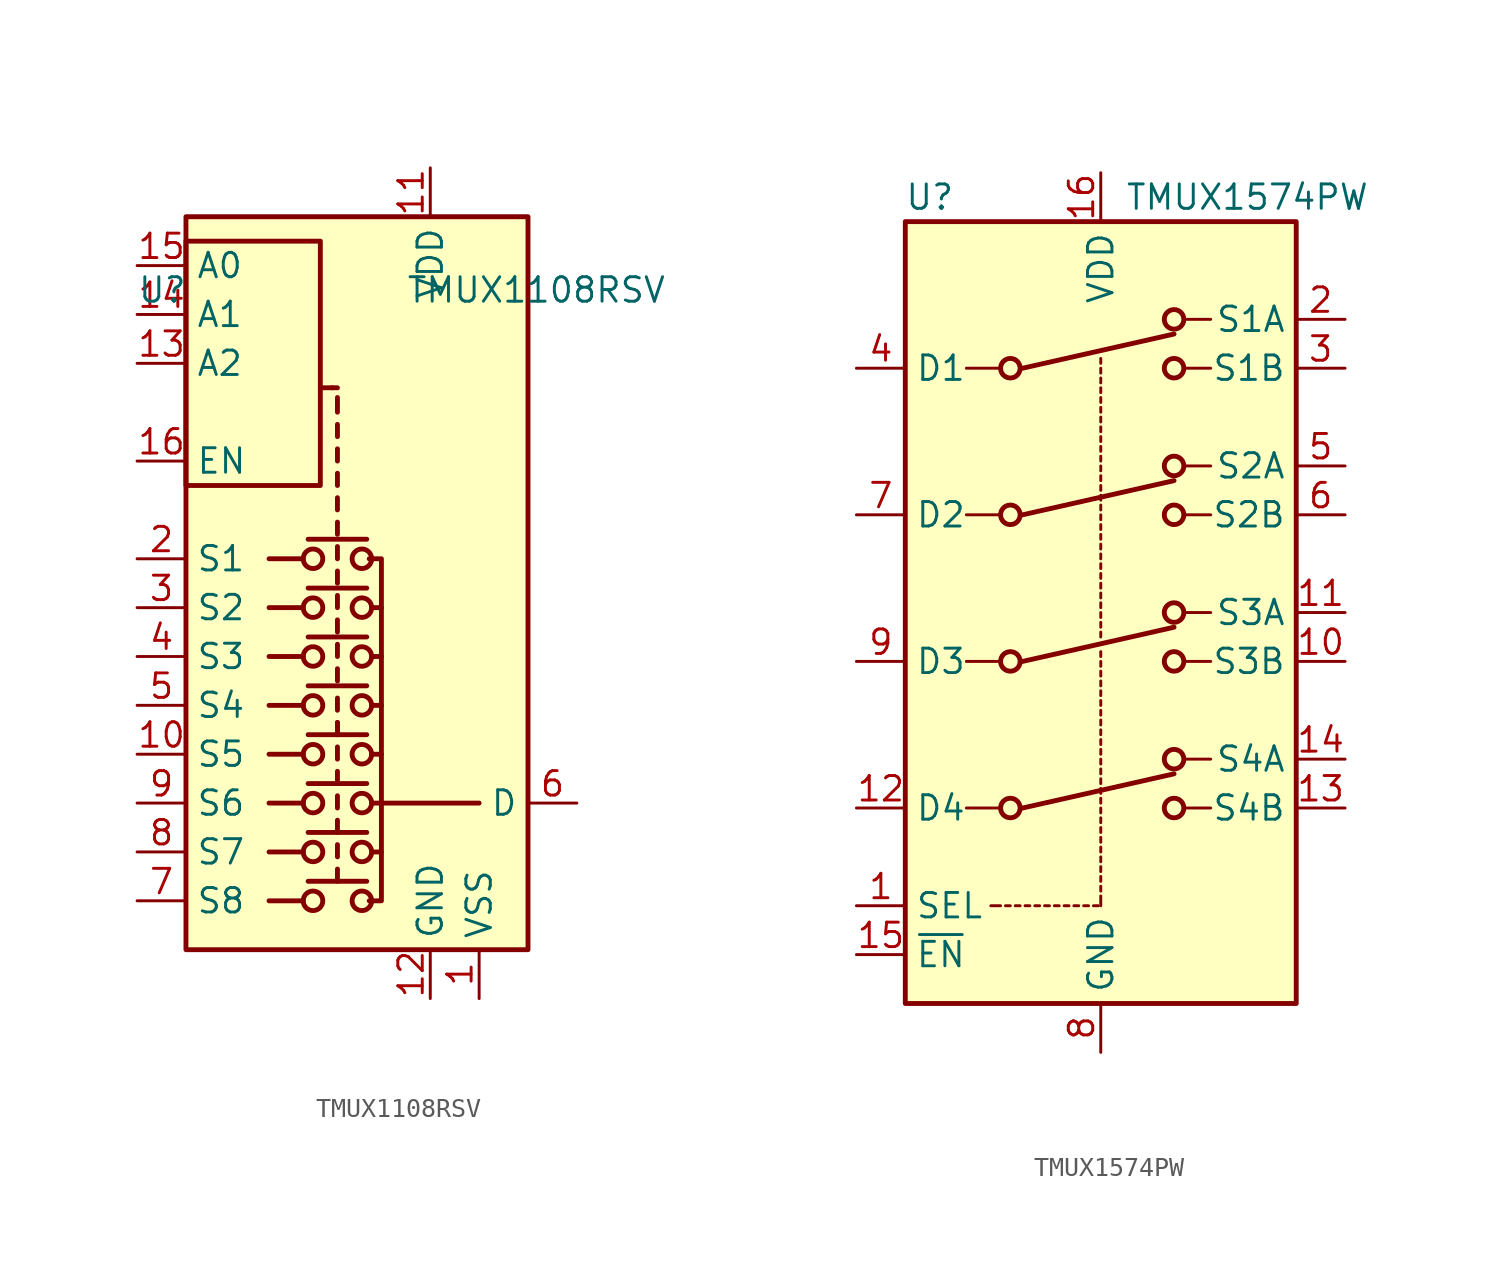
<source format=kicad_sym>
(kicad_symbol_lib
  (version 20241209)
  (generator "kicad_symbol_editor")
  (generator_version "9.0")
  (symbol "TMUX1108RSV"
    (property "Reference" "U"
      (at -10.16 16.51 0)
      (effects (font (size 1.27 1.27)) (justify left)))
    (property "Value" "TMUX1108RSV"
      (at 3.81 16.51 0)
      (effects (font (size 1.27 1.27)) (justify left)))
    (symbol "TMUX1108RSV_0_1"
      (rectangle (start -7.62 20.32) (end 10.16 -17.78) (stroke (width 0.254) (type default)) (fill (type background)))
      (rectangle (start -7.62 6.35) (end -0.635 19.05) (stroke (width 0.254) (type default)) (fill (type none)))
      (polyline (pts (xy -1.524 2.54) (xy -3.302 2.54)) (stroke (width 0.254) (type default)) (fill (type none)))
      (polyline (pts (xy -1.524 0) (xy -3.302 0)) (stroke (width 0.254) (type default)) (fill (type none)))
      (polyline (pts (xy -1.524 -2.54) (xy -3.302 -2.54)) (stroke (width 0.254) (type default)) (fill (type none)))
      (polyline (pts (xy -1.524 -5.08) (xy -3.302 -5.08)) (stroke (width 0.254) (type default)) (fill (type none)))
      (polyline (pts (xy -1.524 -7.62) (xy -3.302 -7.62)) (stroke (width 0.254) (type default)) (fill (type none)))
      (polyline (pts (xy -1.524 -10.16) (xy -3.302 -10.16)) (stroke (width 0.254) (type default)) (fill (type none)))
      (polyline (pts (xy -1.524 -12.7) (xy -3.302 -12.7)) (stroke (width 0.254) (type default)) (fill (type none)))
      (polyline (pts (xy -1.524 -15.24) (xy -3.302 -15.24)) (stroke (width 0.254) (type default)) (fill (type none)))
      (polyline (pts (xy -1.27 3.556) (xy 1.778 3.556)) (stroke (width 0.254) (type default)) (fill (type none)))
      (polyline (pts (xy -1.27 1.016) (xy 1.778 1.016)) (stroke (width 0.254) (type default)) (fill (type none)))
      (polyline (pts (xy -1.27 -1.524) (xy 1.778 -1.524)) (stroke (width 0.254) (type default)) (fill (type none)))
      (polyline (pts (xy -1.27 -4.064) (xy 1.778 -4.064)) (stroke (width 0.254) (type default)) (fill (type none)))
      (polyline (pts (xy -1.27 -6.604) (xy 1.778 -6.604)) (stroke (width 0.254) (type default)) (fill (type none)))
      (polyline (pts (xy -1.27 -9.144) (xy 1.778 -9.144)) (stroke (width 0.254) (type default)) (fill (type none)))
      (polyline (pts (xy -1.27 -11.684) (xy 1.778 -11.684)) (stroke (width 0.254) (type default)) (fill (type none)))
      (polyline (pts (xy -1.27 -14.224) (xy 1.778 -14.224)) (stroke (width 0.254) (type default)) (fill (type none)))
      (circle (center -1.016 2.54) (radius 0.508) (stroke (width 0.254) (type default)) (fill (type none)))
      (circle (center -1.016 0) (radius 0.508) (stroke (width 0.254) (type default)) (fill (type none)))
      (circle (center -1.016 -2.54) (radius 0.508) (stroke (width 0.254) (type default)) (fill (type none)))
      (circle (center -1.016 -5.08) (radius 0.508) (stroke (width 0.254) (type default)) (fill (type none)))
      (circle (center -1.016 -7.62) (radius 0.508) (stroke (width 0.254) (type default)) (fill (type none)))
      (circle (center -1.016 -10.16) (radius 0.508) (stroke (width 0.254) (type default)) (fill (type none)))
      (circle (center -1.016 -12.7) (radius 0.508) (stroke (width 0.254) (type default)) (fill (type none)))
      (circle (center -1.016 -15.24) (radius 0.508) (stroke (width 0.254) (type default)) (fill (type none)))
      (polyline (pts (xy -0.635 11.43) (xy 0 11.43)) (stroke (width 0.254) (type default)) (fill (type none)))
      (polyline (pts (xy 0.254 11.43) (xy 0 11.43)) (stroke (width 0.254) (type default)) (fill (type none)))
      (polyline (pts (xy 0.254 10.16) (xy 0.254 10.922)) (stroke (width 0.254) (type default)) (fill (type none)))
      (polyline (pts (xy 0.254 8.89) (xy 0.254 9.525)) (stroke (width 0.254) (type default)) (fill (type none)))
      (polyline (pts (xy 0.254 7.62) (xy 0.254 8.255)) (stroke (width 0.254) (type default)) (fill (type none)))
      (polyline (pts (xy 0.254 6.35) (xy 0.254 6.985)) (stroke (width 0.254) (type default)) (fill (type none)))
      (polyline (pts (xy 0.254 5.08) (xy 0.254 5.715)) (stroke (width 0.254) (type default)) (fill (type none)))
      (polyline (pts (xy 0.254 3.81) (xy 0.254 4.445)) (stroke (width 0.254) (type default)) (fill (type none)))
      (polyline (pts (xy 0.254 2.54) (xy 0.254 3.175)) (stroke (width 0.254) (type default)) (fill (type none)))
      (polyline (pts (xy 0.254 1.27) (xy 0.254 1.905)) (stroke (width 0.254) (type default)) (fill (type none)))
      (polyline (pts (xy 0.254 0) (xy 0.254 0.635)) (stroke (width 0.254) (type default)) (fill (type none)))
      (polyline (pts (xy 0.254 -1.27) (xy 0.254 -0.635)) (stroke (width 0.254) (type default)) (fill (type none)))
      (polyline (pts (xy 0.254 -2.54) (xy 0.254 -1.905)) (stroke (width 0.254) (type default)) (fill (type none)))
      (polyline (pts (xy 0.254 -3.81) (xy 0.254 -3.175)) (stroke (width 0.254) (type default)) (fill (type none)))
      (polyline (pts (xy 0.254 -5.334) (xy 0.254 -4.699)) (stroke (width 0.254) (type default)) (fill (type none)))
      (polyline (pts (xy 0.254 -6.604) (xy 0.254 -5.969)) (stroke (width 0.254) (type default)) (fill (type none)))
      (polyline (pts (xy 0.254 -6.604) (xy 0.254 -5.969)) (stroke (width 0.254) (type default)) (fill (type none)))
      (polyline (pts (xy 0.254 -7.874) (xy 0.254 -7.239)) (stroke (width 0.254) (type default)) (fill (type none)))
      (polyline (pts (xy 0.254 -9.144) (xy 0.254 -8.509)) (stroke (width 0.254) (type default)) (fill (type none)))
      (polyline (pts (xy 0.254 -10.414) (xy 0.254 -9.779)) (stroke (width 0.254) (type default)) (fill (type none)))
      (polyline (pts (xy 0.254 -11.684) (xy 0.254 -11.049)) (stroke (width 0.254) (type default)) (fill (type none)))
      (polyline (pts (xy 0.254 -12.954) (xy 0.254 -12.319)) (stroke (width 0.254) (type default)) (fill (type none)))
      (polyline (pts (xy 0.254 -14.224) (xy 0.254 -13.589)) (stroke (width 0.254) (type default)) (fill (type none)))
      (circle (center 1.524 2.54) (radius 0.508) (stroke (width 0.254) (type default)) (fill (type none)))
      (circle (center 1.524 0) (radius 0.508) (stroke (width 0.254) (type default)) (fill (type none)))
      (circle (center 1.524 -2.54) (radius 0.508) (stroke (width 0.254) (type default)) (fill (type none)))
      (circle (center 1.524 -5.08) (radius 0.508) (stroke (width 0.254) (type default)) (fill (type none)))
      (circle (center 1.524 -7.62) (radius 0.508) (stroke (width 0.254) (type default)) (fill (type none)))
      (circle (center 1.524 -10.16) (radius 0.508) (stroke (width 0.254) (type default)) (fill (type none)))
      (circle (center 1.524 -12.7) (radius 0.508) (stroke (width 0.254) (type default)) (fill (type none)))
      (circle (center 1.524 -15.24) (radius 0.508) (stroke (width 0.254) (type default)) (fill (type none)))
      (polyline (pts (xy 1.905 2.54) (xy 2.54 2.54) (xy 2.54 -15.24) (xy 1.905 -15.24)) (stroke (width 0.254) (type default)) (fill (type none)))
      (polyline (pts (xy 2.032 0) (xy 2.54 0)) (stroke (width 0.254) (type default)) (fill (type none)))
      (polyline (pts (xy 2.032 -2.54) (xy 2.54 -2.54)) (stroke (width 0.254) (type default)) (fill (type none)))
      (polyline (pts (xy 2.032 -5.08) (xy 2.54 -5.08)) (stroke (width 0.254) (type default)) (fill (type none)))
      (polyline (pts (xy 2.032 -7.62) (xy 2.54 -7.62)) (stroke (width 0.254) (type default)) (fill (type none)))
      (polyline (pts (xy 2.032 -10.16) (xy 2.54 -10.16)) (stroke (width 0.254) (type default)) (fill (type none)))
      (polyline (pts (xy 2.032 -12.7) (xy 2.54 -12.7)) (stroke (width 0.254) (type default)) (fill (type none)))
      (polyline (pts (xy 2.54 -10.16) (xy 7.62 -10.16)) (stroke (width 0.254) (type default)) (fill (type none))))
    (symbol "TMUX1108RSV_1_0"
      (pin power_in line (at 5.08 -20.32 90) (length 2.54) (name "GND" (effects (font (size 1.27 1.27)))) (number "12" (effects (font (size 1.27 1.27))))))
    (symbol "TMUX1108RSV_1_1"
      (pin input line (at -10.16 17.78 0) (length 2.54) (name "A0" (effects (font (size 1.27 1.27)))) (number "15" (effects (font (size 1.27 1.27)))))
      (pin input line (at -10.16 15.24 0) (length 2.54) (name "A1" (effects (font (size 1.27 1.27)))) (number "14" (effects (font (size 1.27 1.27)))))
      (pin input line (at -10.16 12.7 0) (length 2.54) (name "A2" (effects (font (size 1.27 1.27)))) (number "13" (effects (font (size 1.27 1.27)))))
      (pin input line (at -10.16 7.62 0) (length 2.54) (name "EN" (effects (font (size 1.27 1.27)))) (number "16" (effects (font (size 1.27 1.27)))))
      (pin bidirectional line (at -10.16 2.54 0) (length 2.54) (name "S1" (effects (font (size 1.27 1.27)))) (number "2" (effects (font (size 1.27 1.27)))))
      (pin bidirectional line (at -10.16 0 0) (length 2.54) (name "S2" (effects (font (size 1.27 1.27)))) (number "3" (effects (font (size 1.27 1.27)))))
      (pin bidirectional line (at -10.16 -2.54 0) (length 2.54) (name "S3" (effects (font (size 1.27 1.27)))) (number "4" (effects (font (size 1.27 1.27)))))
      (pin bidirectional line (at -10.16 -5.08 0) (length 2.54) (name "S4" (effects (font (size 1.27 1.27)))) (number "5" (effects (font (size 1.27 1.27)))))
      (pin bidirectional line (at -10.16 -7.62 0) (length 2.54) (name "S5" (effects (font (size 1.27 1.27)))) (number "10" (effects (font (size 1.27 1.27)))))
      (pin bidirectional line (at -10.16 -10.16 0) (length 2.54) (name "S6" (effects (font (size 1.27 1.27)))) (number "9" (effects (font (size 1.27 1.27)))))
      (pin bidirectional line (at -10.16 -12.7 0) (length 2.54) (name "S7" (effects (font (size 1.27 1.27)))) (number "8" (effects (font (size 1.27 1.27)))))
      (pin bidirectional line (at -10.16 -15.24 0) (length 2.54) (name "S8" (effects (font (size 1.27 1.27)))) (number "7" (effects (font (size 1.27 1.27)))))
      (pin power_in line (at 5.08 22.86 270) (length 2.54) (name "VDD" (effects (font (size 1.27 1.27)))) (number "11" (effects (font (size 1.27 1.27)))))
      (pin power_in line (at 7.62 -20.32 90) (length 2.54) (name "VSS" (effects (font (size 1.27 1.27)))) (number "1" (effects (font (size 1.27 1.27)))))
      (pin bidirectional line (at 12.7 -10.16 180) (length 2.54) (name "D" (effects (font (size 1.27 1.27)))) (number "6" (effects (font (size 1.27 1.27)))))))
  (symbol "TMUX1574PW"
    (property "Reference" "U"
      (at -8.89 21.59 0)
      (effects (font (size 1.27 1.27))))
    (property "Value" "TMUX1574PW"
      (at 7.62 21.59 0)
      (effects (font (size 1.27 1.27))))
    (symbol "TMUX1574PW_1_1"
      (rectangle (start -10.16 20.32) (end 10.16 -20.32) (stroke (width 0.254) (type default)) (fill (type background)))
      (polyline (pts (xy -6.985 12.7) (xy -5.334 12.7)) (stroke (width 0) (type default)) (fill (type none)))
      (polyline (pts (xy -6.985 5.08) (xy -5.334 5.08)) (stroke (width 0) (type default)) (fill (type none)))
      (polyline (pts (xy -6.985 -2.54) (xy -5.334 -2.54)) (stroke (width 0) (type default)) (fill (type none)))
      (polyline (pts (xy -6.985 -10.16) (xy -5.334 -10.16)) (stroke (width 0) (type default)) (fill (type none)))
      (polyline (pts (xy -5.715 -15.24) (xy -5.207 -15.24)) (stroke (width 0) (type default)) (fill (type none)))
      (polyline (pts (xy -4.953 -15.24) (xy -4.699 -15.24)) (stroke (width 0) (type default)) (fill (type none)))
      (circle (center -4.699 12.7) (radius 0.508) (stroke (width 0.254) (type default)) (fill (type none)))
      (circle (center -4.699 5.08) (radius 0.508) (stroke (width 0.254) (type default)) (fill (type none)))
      (circle (center -4.699 -2.54) (radius 0.508) (stroke (width 0.254) (type default)) (fill (type none)))
      (circle (center -4.699 -10.16) (radius 0.508) (stroke (width 0.254) (type default)) (fill (type none)))
      (polyline (pts (xy -4.445 -15.24) (xy -4.191 -15.24)) (stroke (width 0) (type default)) (fill (type none)))
      (polyline (pts (xy -3.937 -15.24) (xy -3.683 -15.24)) (stroke (width 0) (type default)) (fill (type none)))
      (polyline (pts (xy -3.429 -15.24) (xy -3.175 -15.24)) (stroke (width 0) (type default)) (fill (type none)))
      (polyline (pts (xy -2.921 -15.24) (xy -2.667 -15.24)) (stroke (width 0) (type default)) (fill (type none)))
      (polyline (pts (xy -2.413 -15.24) (xy -2.159 -15.24)) (stroke (width 0) (type default)) (fill (type none)))
      (polyline (pts (xy -1.905 -15.24) (xy -1.651 -15.24)) (stroke (width 0) (type default)) (fill (type none)))
      (polyline (pts (xy -1.397 -15.24) (xy -1.143 -15.24)) (stroke (width 0) (type default)) (fill (type none)))
      (polyline (pts (xy -0.889 -15.24) (xy -0.635 -15.24)) (stroke (width 0) (type default)) (fill (type none)))
      (polyline (pts (xy -0.381 -15.24) (xy -0.127 -15.24)) (stroke (width 0) (type default)) (fill (type none)))
      (polyline (pts (xy 0 12.954) (xy 0 13.208)) (stroke (width 0) (type default)) (fill (type none)))
      (polyline (pts (xy 0 12.446) (xy 0 12.7)) (stroke (width 0) (type default)) (fill (type none)))
      (polyline (pts (xy 0 11.938) (xy 0 12.192)) (stroke (width 0) (type default)) (fill (type none)))
      (polyline (pts (xy 0 11.43) (xy 0 11.684)) (stroke (width 0) (type default)) (fill (type none)))
      (polyline (pts (xy 0 10.922) (xy 0 11.176)) (stroke (width 0) (type default)) (fill (type none)))
      (polyline (pts (xy 0 10.414) (xy 0 10.668)) (stroke (width 0) (type default)) (fill (type none)))
      (polyline (pts (xy 0 9.906) (xy 0 10.16)) (stroke (width 0) (type default)) (fill (type none)))
      (polyline (pts (xy 0 9.398) (xy 0 9.652)) (stroke (width 0) (type default)) (fill (type none)))
      (polyline (pts (xy 0 8.89) (xy 0 9.144)) (stroke (width 0) (type default)) (fill (type none)))
      (polyline (pts (xy 0 8.382) (xy 0 8.636)) (stroke (width 0) (type default)) (fill (type none)))
      (polyline (pts (xy 0 7.874) (xy 0 8.128)) (stroke (width 0) (type default)) (fill (type none)))
      (polyline (pts (xy 0 7.366) (xy 0 7.62)) (stroke (width 0) (type default)) (fill (type none)))
      (polyline (pts (xy 0 6.858) (xy 0 7.112)) (stroke (width 0) (type default)) (fill (type none)))
      (polyline (pts (xy 0 6.35) (xy 0 6.604)) (stroke (width 0) (type default)) (fill (type none)))
      (polyline (pts (xy 0 5.842) (xy 0 6.096)) (stroke (width 0) (type default)) (fill (type none)))
      (polyline (pts (xy 0 5.334) (xy 0 5.588)) (stroke (width 0) (type default)) (fill (type none)))
      (polyline (pts (xy 0 4.826) (xy 0 5.08)) (stroke (width 0) (type default)) (fill (type none)))
      (polyline (pts (xy 0 4.318) (xy 0 4.572)) (stroke (width 0) (type default)) (fill (type none)))
      (polyline (pts (xy 0 3.81) (xy 0 4.064)) (stroke (width 0) (type default)) (fill (type none)))
      (polyline (pts (xy 0 3.302) (xy 0 3.556)) (stroke (width 0) (type default)) (fill (type none)))
      (polyline (pts (xy 0 2.794) (xy 0 3.048)) (stroke (width 0) (type default)) (fill (type none)))
      (polyline (pts (xy 0 2.286) (xy 0 2.54)) (stroke (width 0) (type default)) (fill (type none)))
      (polyline (pts (xy 0 1.778) (xy 0 2.032)) (stroke (width 0) (type default)) (fill (type none)))
      (polyline (pts (xy 0 1.27) (xy 0 1.524)) (stroke (width 0) (type default)) (fill (type none)))
      (polyline (pts (xy 0 0.762) (xy 0 1.016)) (stroke (width 0) (type default)) (fill (type none)))
      (polyline (pts (xy 0 0.254) (xy 0 0.508)) (stroke (width 0) (type default)) (fill (type none)))
      (polyline (pts (xy 0 -0.254) (xy 0 0)) (stroke (width 0) (type default)) (fill (type none)))
      (polyline (pts (xy 0 -0.762) (xy 0 -0.508)) (stroke (width 0) (type default)) (fill (type none)))
      (polyline (pts (xy 0 -1.27) (xy 0 -1.016)) (stroke (width 0) (type default)) (fill (type none)))
      (polyline (pts (xy 0 -2.286) (xy 0 -2.032)) (stroke (width 0) (type default)) (fill (type none)))
      (polyline (pts (xy 0 -2.794) (xy 0 -2.54)) (stroke (width 0) (type default)) (fill (type none)))
      (polyline (pts (xy 0 -3.302) (xy 0 -3.048)) (stroke (width 0) (type default)) (fill (type none)))
      (polyline (pts (xy 0 -3.81) (xy 0 -3.556)) (stroke (width 0) (type default)) (fill (type none)))
      (polyline (pts (xy 0 -4.318) (xy 0 -4.064)) (stroke (width 0) (type default)) (fill (type none)))
      (polyline (pts (xy 0 -4.826) (xy 0 -4.572)) (stroke (width 0) (type default)) (fill (type none)))
      (polyline (pts (xy 0 -5.334) (xy 0 -5.08)) (stroke (width 0) (type default)) (fill (type none)))
      (polyline (pts (xy 0 -5.842) (xy 0 -5.588)) (stroke (width 0) (type default)) (fill (type none)))
      (polyline (pts (xy 0 -6.35) (xy 0 -6.096)) (stroke (width 0) (type default)) (fill (type none)))
      (polyline (pts (xy 0 -6.858) (xy 0 -6.604)) (stroke (width 0) (type default)) (fill (type none)))
      (polyline (pts (xy 0 -7.366) (xy 0 -7.112)) (stroke (width 0) (type default)) (fill (type none)))
      (polyline (pts (xy 0 -7.874) (xy 0 -7.62)) (stroke (width 0) (type default)) (fill (type none)))
      (polyline (pts (xy 0 -8.382) (xy 0 -8.128)) (stroke (width 0) (type default)) (fill (type none)))
      (polyline (pts (xy 0 -8.89) (xy 0 -8.636)) (stroke (width 0) (type default)) (fill (type none)))
      (polyline (pts (xy 0 -9.398) (xy 0 -9.144)) (stroke (width 0) (type default)) (fill (type none)))
      (polyline (pts (xy 0 -9.906) (xy 0 -9.652)) (stroke (width 0) (type default)) (fill (type none)))
      (polyline (pts (xy 0 -10.414) (xy 0 -10.16)) (stroke (width 0) (type default)) (fill (type none)))
      (polyline (pts (xy 0 -10.922) (xy 0 -10.668)) (stroke (width 0) (type default)) (fill (type none)))
      (polyline (pts (xy 0 -11.43) (xy 0 -11.176)) (stroke (width 0) (type default)) (fill (type none)))
      (polyline (pts (xy 0 -11.938) (xy 0 -11.684)) (stroke (width 0) (type default)) (fill (type none)))
      (polyline (pts (xy 0 -12.446) (xy 0 -12.192)) (stroke (width 0) (type default)) (fill (type none)))
      (polyline (pts (xy 0 -12.954) (xy 0 -12.7)) (stroke (width 0) (type default)) (fill (type none)))
      (polyline (pts (xy 0 -13.462) (xy 0 -13.208)) (stroke (width 0) (type default)) (fill (type none)))
      (polyline (pts (xy 0 -13.97) (xy 0 -13.716)) (stroke (width 0) (type default)) (fill (type none)))
      (polyline (pts (xy 0 -14.478) (xy 0 -14.224)) (stroke (width 0) (type default)) (fill (type none)))
      (polyline (pts (xy 0 -15.24) (xy 0 -14.732)) (stroke (width 0) (type default)) (fill (type none)))
      (circle (center 3.81 15.24) (radius 0.508) (stroke (width 0.254) (type default)) (fill (type none)))
      (polyline (pts (xy 3.81 14.478) (xy -4.064 12.7)) (stroke (width 0.254) (type default)) (fill (type none)))
      (circle (center 3.81 12.7) (radius 0.508) (stroke (width 0.254) (type default)) (fill (type none)))
      (circle (center 3.81 7.62) (radius 0.508) (stroke (width 0.254) (type default)) (fill (type none)))
      (polyline (pts (xy 3.81 6.858) (xy -4.064 5.08)) (stroke (width 0.254) (type default)) (fill (type none)))
      (circle (center 3.81 5.08) (radius 0.508) (stroke (width 0.254) (type default)) (fill (type none)))
      (circle (center 3.81 0) (radius 0.508) (stroke (width 0.254) (type default)) (fill (type none)))
      (polyline (pts (xy 3.81 -0.762) (xy -4.064 -2.54)) (stroke (width 0.254) (type default)) (fill (type none)))
      (circle (center 3.81 -2.54) (radius 0.508) (stroke (width 0.254) (type default)) (fill (type none)))
      (circle (center 3.81 -7.62) (radius 0.508) (stroke (width 0.254) (type default)) (fill (type none)))
      (polyline (pts (xy 3.81 -8.382) (xy -4.064 -10.16)) (stroke (width 0.254) (type default)) (fill (type none)))
      (circle (center 3.81 -10.16) (radius 0.508) (stroke (width 0.254) (type default)) (fill (type none)))
      (polyline (pts (xy 5.715 15.24) (xy 4.445 15.24)) (stroke (width 0) (type default)) (fill (type none)))
      (polyline (pts (xy 5.715 12.7) (xy 4.445 12.7)) (stroke (width 0) (type default)) (fill (type none)))
      (polyline (pts (xy 5.715 7.62) (xy 4.445 7.62)) (stroke (width 0) (type default)) (fill (type none)))
      (polyline (pts (xy 5.715 5.08) (xy 4.445 5.08)) (stroke (width 0) (type default)) (fill (type none)))
      (polyline (pts (xy 5.715 0) (xy 4.445 0)) (stroke (width 0) (type default)) (fill (type none)))
      (polyline (pts (xy 5.715 -2.54) (xy 4.445 -2.54)) (stroke (width 0) (type default)) (fill (type none)))
      (polyline (pts (xy 5.715 -7.62) (xy 4.445 -7.62)) (stroke (width 0) (type default)) (fill (type none)))
      (polyline (pts (xy 5.715 -10.16) (xy 4.445 -10.16)) (stroke (width 0) (type default)) (fill (type none)))
      (pin passive line (at -12.7 12.7 0) (length 2.54) (name "D1" (effects (font (size 1.27 1.27)))) (number "4" (effects (font (size 1.27 1.27)))))
      (pin passive line (at -12.7 5.08 0) (length 2.54) (name "D2" (effects (font (size 1.27 1.27)))) (number "7" (effects (font (size 1.27 1.27)))))
      (pin passive line (at -12.7 -2.54 0) (length 2.54) (name "D3" (effects (font (size 1.27 1.27)))) (number "9" (effects (font (size 1.27 1.27)))))
      (pin passive line (at -12.7 -10.16 0) (length 2.54) (name "D4" (effects (font (size 1.27 1.27)))) (number "12" (effects (font (size 1.27 1.27)))))
      (pin input line (at -12.7 -15.24 0) (length 2.54) (name "SEL" (effects (font (size 1.27 1.27)))) (number "1" (effects (font (size 1.27 1.27)))))
      (pin input line (at -12.7 -17.78 0) (length 2.54) (name "~{EN}" (effects (font (size 1.27 1.27)))) (number "15" (effects (font (size 1.27 1.27)))))
      (pin power_in line (at 0 22.86 270) (length 2.54) (name "VDD" (effects (font (size 1.27 1.27)))) (number "16" (effects (font (size 1.27 1.27)))))
      (pin power_in line (at 0 -22.86 90) (length 2.54) (name "GND" (effects (font (size 1.27 1.27)))) (number "8" (effects (font (size 1.27 1.27)))))
      (pin passive line (at 12.7 15.24 180) (length 2.54) (name "S1A" (effects (font (size 1.27 1.27)))) (number "2" (effects (font (size 1.27 1.27)))))
      (pin passive line (at 12.7 12.7 180) (length 2.54) (name "S1B" (effects (font (size 1.27 1.27)))) (number "3" (effects (font (size 1.27 1.27)))))
      (pin passive line (at 12.7 7.62 180) (length 2.54) (name "S2A" (effects (font (size 1.27 1.27)))) (number "5" (effects (font (size 1.27 1.27)))))
      (pin passive line (at 12.7 5.08 180) (length 2.54) (name "S2B" (effects (font (size 1.27 1.27)))) (number "6" (effects (font (size 1.27 1.27)))))
      (pin passive line (at 12.7 0 180) (length 2.54) (name "S3A" (effects (font (size 1.27 1.27)))) (number "11" (effects (font (size 1.27 1.27)))))
      (pin passive line (at 12.7 -2.54 180) (length 2.54) (name "S3B" (effects (font (size 1.27 1.27)))) (number "10" (effects (font (size 1.27 1.27)))))
      (pin passive line (at 12.7 -7.62 180) (length 2.54) (name "S4A" (effects (font (size 1.27 1.27)))) (number "14" (effects (font (size 1.27 1.27)))))
      (pin passive line (at 12.7 -10.16 180) (length 2.54) (name "S4B" (effects (font (size 1.27 1.27)))) (number "13" (effects (font (size 1.27 1.27))))))))
</source>
